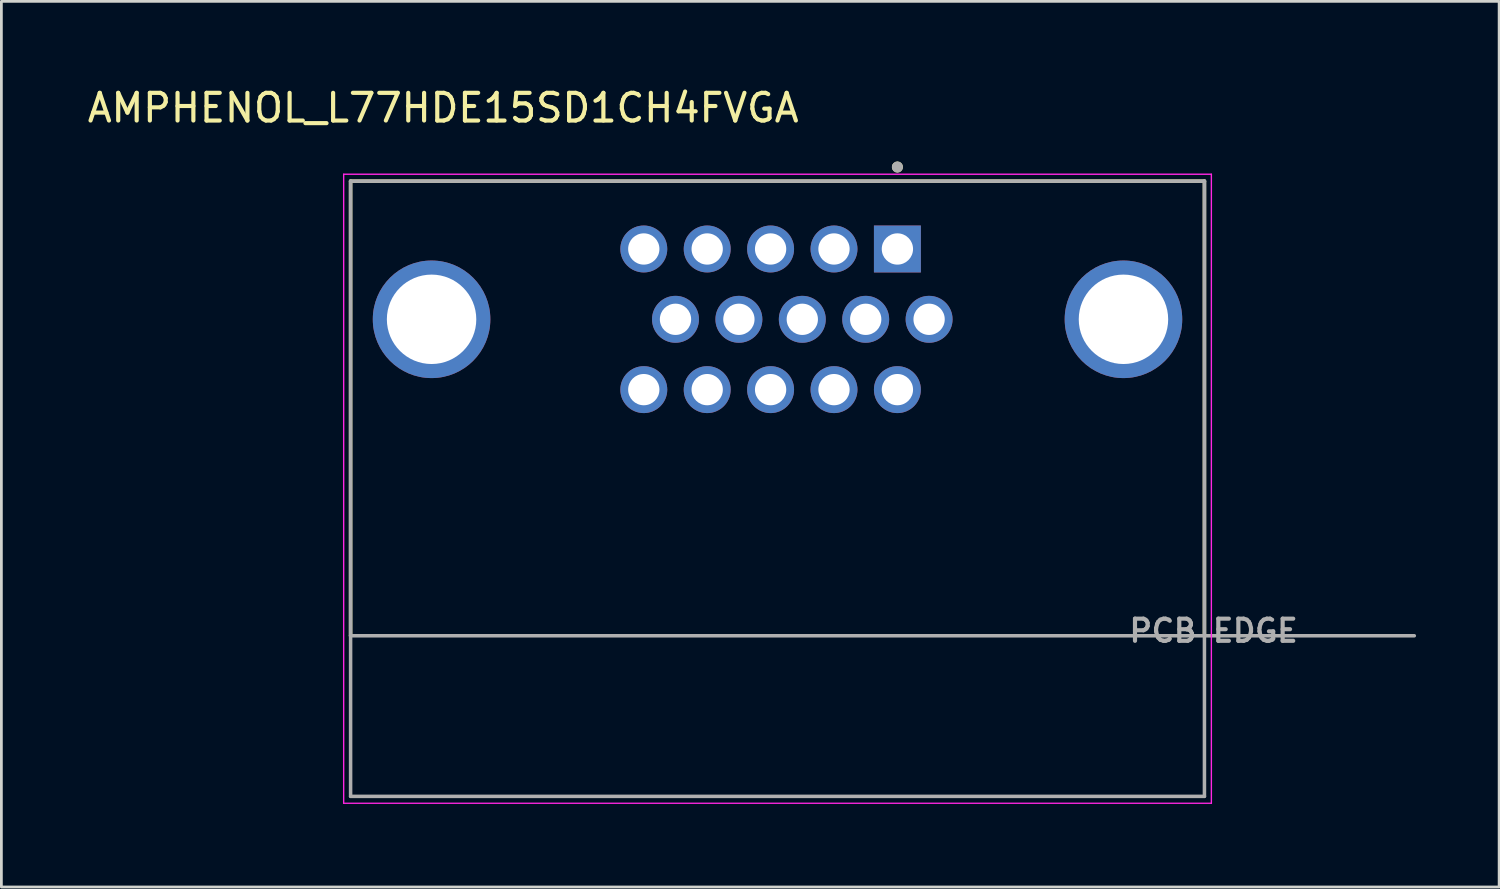
<source format=kicad_pcb>
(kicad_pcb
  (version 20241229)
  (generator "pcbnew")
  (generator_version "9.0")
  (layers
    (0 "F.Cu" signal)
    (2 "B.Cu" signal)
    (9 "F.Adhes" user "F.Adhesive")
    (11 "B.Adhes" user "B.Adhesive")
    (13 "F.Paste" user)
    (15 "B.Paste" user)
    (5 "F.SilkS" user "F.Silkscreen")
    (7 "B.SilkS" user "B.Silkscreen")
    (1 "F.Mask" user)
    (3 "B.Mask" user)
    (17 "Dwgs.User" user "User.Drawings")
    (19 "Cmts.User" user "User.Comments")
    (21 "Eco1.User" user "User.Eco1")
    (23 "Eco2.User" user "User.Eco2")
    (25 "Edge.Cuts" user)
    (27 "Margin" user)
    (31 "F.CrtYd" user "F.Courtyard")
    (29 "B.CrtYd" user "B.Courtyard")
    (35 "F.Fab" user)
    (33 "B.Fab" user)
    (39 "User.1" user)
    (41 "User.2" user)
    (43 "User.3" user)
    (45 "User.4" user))
  (footprint "AMPHENOL_L77HDE15SD1CH4FVGA"
    (layer "F.Cu")
    (at 25.033 8.483)
    (property "Reference" "AMPHENOL_L77HDE15SD1CH4FVGA" (at -12.075 -7.635 0) (layer "F.SilkS") (effects (font (size 1 1) (thickness 0.15))))
    (attr through_hole)
    (fp_line (start -15.42 -4.99) (end 15.42 -4.99) (stroke (width 0.127) (type solid)) (layer "F.SilkS"))
    (fp_line (start -15.42 11.43) (end -15.42 -4.99) (stroke (width 0.127) (type solid)) (layer "F.SilkS"))
    (fp_line (start 15.42 -4.99) (end 15.42 11.43) (stroke (width 0.127) (type solid)) (layer "F.SilkS"))
    (fp_circle (center 4.33 -5.5) (end 4.43 -5.5) (stroke (width 0.2) (type solid)) (fill no) (layer "F.SilkS"))
    (fp_line (start -15.67 -5.24) (end 15.67 -5.24) (stroke (width 0.05) (type solid)) (layer "F.CrtYd"))
    (fp_line (start -15.67 17.48) (end -15.67 -5.24) (stroke (width 0.05) (type solid)) (layer "F.CrtYd"))
    (fp_line (start 15.67 -5.24) (end 15.67 17.48) (stroke (width 0.05) (type solid)) (layer "F.CrtYd"))
    (fp_line (start 15.67 17.48) (end -15.67 17.48) (stroke (width 0.05) (type solid)) (layer "F.CrtYd"))
    (fp_line (start -15.42 -4.99) (end 15.42 -4.99) (stroke (width 0.127) (type solid)) (layer "F.Fab"))
    (fp_line (start -15.42 11.43) (end -15.42 -4.99) (stroke (width 0.127) (type solid)) (layer "F.Fab"))
    (fp_line (start -15.42 11.43) (end 23 11.43) (stroke (width 0.127) (type solid)) (layer "F.Fab"))
    (fp_line (start -15.42 17.23) (end -15.42 11.43) (stroke (width 0.127) (type solid)) (layer "F.Fab"))
    (fp_line (start -15.42 17.23) (end 15.42 17.23) (stroke (width 0.127) (type solid)) (layer "F.Fab"))
    (fp_line (start 15.42 -4.99) (end 15.42 17.23) (stroke (width 0.127) (type solid)) (layer "F.Fab"))
    (fp_circle (center 4.33 -5.5) (end 4.43 -5.5) (stroke (width 0.2) (type solid)) (fill no) (layer "F.Fab"))
    (fp_text user "PCB EDGE" (at 15.75 11.25 0) (layer "F.Fab") (effects (font (size 0.8 0.8) (thickness 0.15))))
    (pad "1" thru_hole rect (at 4.33 -2.54) (size 1.695 1.695) (drill 1.13) (layers "*.Cu" "*.Mask"))
    (pad "2" thru_hole circle (at 2.04 -2.54) (size 1.695 1.695) (drill 1.13) (layers "*.Cu" "*.Mask"))
    (pad "3" thru_hole circle (at -0.25 -2.54) (size 1.695 1.695) (drill 1.13) (layers "*.Cu" "*.Mask"))
    (pad "4" thru_hole circle (at -2.54 -2.54) (size 1.695 1.695) (drill 1.13) (layers "*.Cu" "*.Mask"))
    (pad "5" thru_hole circle (at -4.83 -2.54) (size 1.695 1.695) (drill 1.13) (layers "*.Cu" "*.Mask"))
    (pad "6" thru_hole circle (at 5.475 0) (size 1.695 1.695) (drill 1.13) (layers "*.Cu" "*.Mask"))
    (pad "7" thru_hole circle (at 3.185 0) (size 1.695 1.695) (drill 1.13) (layers "*.Cu" "*.Mask"))
    (pad "8" thru_hole circle (at 0.895 0) (size 1.695 1.695) (drill 1.13) (layers "*.Cu" "*.Mask"))
    (pad "9" thru_hole circle (at -1.395 0) (size 1.695 1.695) (drill 1.13) (layers "*.Cu" "*.Mask"))
    (pad "10" thru_hole circle (at -3.685 0) (size 1.695 1.695) (drill 1.13) (layers "*.Cu" "*.Mask"))
    (pad "11" thru_hole circle (at 4.33 2.54) (size 1.695 1.695) (drill 1.13) (layers "*.Cu" "*.Mask"))
    (pad "12" thru_hole circle (at 2.04 2.54) (size 1.695 1.695) (drill 1.13) (layers "*.Cu" "*.Mask"))
    (pad "13" thru_hole circle (at -0.25 2.54) (size 1.695 1.695) (drill 1.13) (layers "*.Cu" "*.Mask"))
    (pad "14" thru_hole circle (at -2.54 2.54) (size 1.695 1.695) (drill 1.13) (layers "*.Cu" "*.Mask"))
    (pad "15" thru_hole circle (at -4.83 2.54) (size 1.695 1.695) (drill 1.13) (layers "*.Cu" "*.Mask"))
    (pad "SH1" thru_hole circle (at -12.495 0) (size 4.246 4.246) (drill 3.23) (layers "*.Cu" "*.Mask"))
    (pad "SH2" thru_hole circle (at 12.495 0) (size 4.246 4.246) (drill 3.23) (layers "*.Cu" "*.Mask")))
  (gr_rect
    (start -3 -3)
    (end 51.097 28.988)
    (stroke (width 0.1) (type default))
    (fill no)
    (layer "Edge.Cuts")))
</source>
